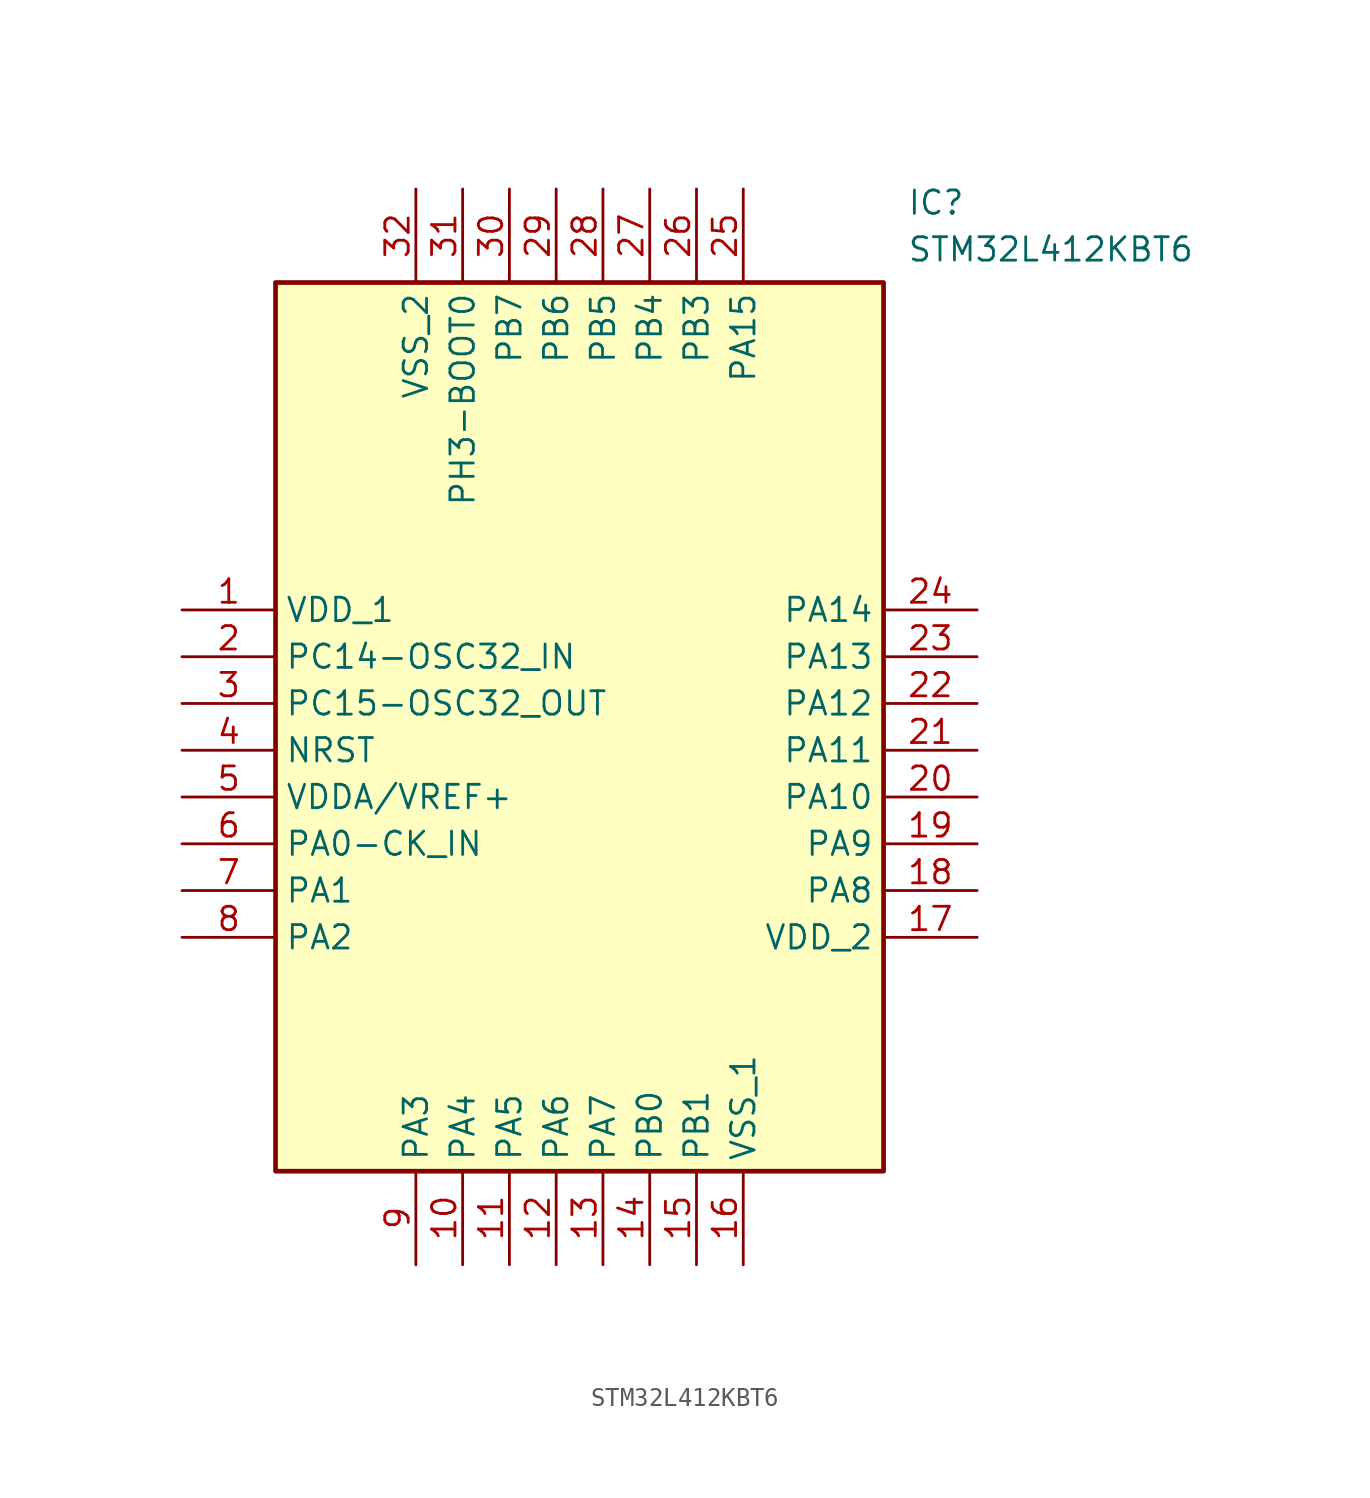
<source format=kicad_sym>
(kicad_symbol_lib
  (version 20211014)
  (generator SamacSys_ECAD_Model)
  (symbol "STM32L412KBT6"
    (property "Reference" "IC"
      (at 39.37 22.86 0)
      (effects (font (size 1.27 1.27)) (justify left top)))
    (property "Value" "STM32L412KBT6"
      (at 39.37 20.32 0)
      (effects (font (size 1.27 1.27)) (justify left top)))
    (rectangle
      (start 5.08 17.78)
      (end 38.1 -30.48)
      (stroke (width 0.254) (type default))
      (fill (type background)))
    (pin power_in line
      (at 0 0 0)
      (length 5.08)
      (name "VDD_1" (effects (font (size 1.27 1.27))))
      (number "1" (effects (font (size 1.27 1.27)))))
    (pin bidirectional line
      (at 0 -2.54 0)
      (length 5.08)
      (name "PC14-OSC32_IN" (effects (font (size 1.27 1.27))))
      (number "2" (effects (font (size 1.27 1.27)))))
    (pin bidirectional line
      (at 0 -5.08 0)
      (length 5.08)
      (name "PC15-OSC32_OUT" (effects (font (size 1.27 1.27))))
      (number "3" (effects (font (size 1.27 1.27)))))
    (pin input line
      (at 0 -7.62 0)
      (length 5.08)
      (name "NRST" (effects (font (size 1.27 1.27))))
      (number "4" (effects (font (size 1.27 1.27)))))
    (pin power_in line
      (at 0 -10.16 0)
      (length 5.08)
      (name "VDDA/VREF+" (effects (font (size 1.27 1.27))))
      (number "5" (effects (font (size 1.27 1.27)))))
    (pin bidirectional line
      (at 0 -12.7 0)
      (length 5.08)
      (name "PA0-CK_IN" (effects (font (size 1.27 1.27))))
      (number "6" (effects (font (size 1.27 1.27)))))
    (pin bidirectional line
      (at 0 -15.24 0)
      (length 5.08)
      (name "PA1" (effects (font (size 1.27 1.27))))
      (number "7" (effects (font (size 1.27 1.27)))))
    (pin bidirectional line
      (at 0 -17.78 0)
      (length 5.08)
      (name "PA2" (effects (font (size 1.27 1.27))))
      (number "8" (effects (font (size 1.27 1.27)))))
    (pin bidirectional line
      (at 12.7 -35.56 90)
      (length 5.08)
      (name "PA3" (effects (font (size 1.27 1.27))))
      (number "9" (effects (font (size 1.27 1.27)))))
    (pin bidirectional line
      (at 15.24 -35.56 90)
      (length 5.08)
      (name "PA4" (effects (font (size 1.27 1.27))))
      (number "10" (effects (font (size 1.27 1.27)))))
    (pin bidirectional line
      (at 17.78 -35.56 90)
      (length 5.08)
      (name "PA5" (effects (font (size 1.27 1.27))))
      (number "11" (effects (font (size 1.27 1.27)))))
    (pin bidirectional line
      (at 20.32 -35.56 90)
      (length 5.08)
      (name "PA6" (effects (font (size 1.27 1.27))))
      (number "12" (effects (font (size 1.27 1.27)))))
    (pin bidirectional line
      (at 22.86 -35.56 90)
      (length 5.08)
      (name "PA7" (effects (font (size 1.27 1.27))))
      (number "13" (effects (font (size 1.27 1.27)))))
    (pin bidirectional line
      (at 25.4 -35.56 90)
      (length 5.08)
      (name "PB0" (effects (font (size 1.27 1.27))))
      (number "14" (effects (font (size 1.27 1.27)))))
    (pin bidirectional line
      (at 27.94 -35.56 90)
      (length 5.08)
      (name "PB1" (effects (font (size 1.27 1.27))))
      (number "15" (effects (font (size 1.27 1.27)))))
    (pin power_in line
      (at 30.48 -35.56 90)
      (length 5.08)
      (name "VSS_1" (effects (font (size 1.27 1.27))))
      (number "16" (effects (font (size 1.27 1.27)))))
    (pin bidirectional line
      (at 43.18 0 180)
      (length 5.08)
      (name "PA14" (effects (font (size 1.27 1.27))))
      (number "24" (effects (font (size 1.27 1.27)))))
    (pin bidirectional line
      (at 43.18 -2.54 180)
      (length 5.08)
      (name "PA13" (effects (font (size 1.27 1.27))))
      (number "23" (effects (font (size 1.27 1.27)))))
    (pin bidirectional line
      (at 43.18 -5.08 180)
      (length 5.08)
      (name "PA12" (effects (font (size 1.27 1.27))))
      (number "22" (effects (font (size 1.27 1.27)))))
    (pin bidirectional line
      (at 43.18 -7.62 180)
      (length 5.08)
      (name "PA11" (effects (font (size 1.27 1.27))))
      (number "21" (effects (font (size 1.27 1.27)))))
    (pin bidirectional line
      (at 43.18 -10.16 180)
      (length 5.08)
      (name "PA10" (effects (font (size 1.27 1.27))))
      (number "20" (effects (font (size 1.27 1.27)))))
    (pin bidirectional line
      (at 43.18 -12.7 180)
      (length 5.08)
      (name "PA9" (effects (font (size 1.27 1.27))))
      (number "19" (effects (font (size 1.27 1.27)))))
    (pin bidirectional line
      (at 43.18 -15.24 180)
      (length 5.08)
      (name "PA8" (effects (font (size 1.27 1.27))))
      (number "18" (effects (font (size 1.27 1.27)))))
    (pin power_in line
      (at 43.18 -17.78 180)
      (length 5.08)
      (name "VDD_2" (effects (font (size 1.27 1.27))))
      (number "17" (effects (font (size 1.27 1.27)))))
    (pin power_in line
      (at 12.7 22.86 270)
      (length 5.08)
      (name "VSS_2" (effects (font (size 1.27 1.27))))
      (number "32" (effects (font (size 1.27 1.27)))))
    (pin bidirectional line
      (at 15.24 22.86 270)
      (length 5.08)
      (name "PH3-BOOT0" (effects (font (size 1.27 1.27))))
      (number "31" (effects (font (size 1.27 1.27)))))
    (pin bidirectional line
      (at 17.78 22.86 270)
      (length 5.08)
      (name "PB7" (effects (font (size 1.27 1.27))))
      (number "30" (effects (font (size 1.27 1.27)))))
    (pin bidirectional line
      (at 20.32 22.86 270)
      (length 5.08)
      (name "PB6" (effects (font (size 1.27 1.27))))
      (number "29" (effects (font (size 1.27 1.27)))))
    (pin bidirectional line
      (at 22.86 22.86 270)
      (length 5.08)
      (name "PB5" (effects (font (size 1.27 1.27))))
      (number "28" (effects (font (size 1.27 1.27)))))
    (pin bidirectional line
      (at 25.4 22.86 270)
      (length 5.08)
      (name "PB4" (effects (font (size 1.27 1.27))))
      (number "27" (effects (font (size 1.27 1.27)))))
    (pin bidirectional line
      (at 27.94 22.86 270)
      (length 5.08)
      (name "PB3" (effects (font (size 1.27 1.27))))
      (number "26" (effects (font (size 1.27 1.27)))))
    (pin bidirectional line
      (at 30.48 22.86 270)
      (length 5.08)
      (name "PA15" (effects (font (size 1.27 1.27))))
      (number "25" (effects (font (size 1.27 1.27)))))))
</source>
